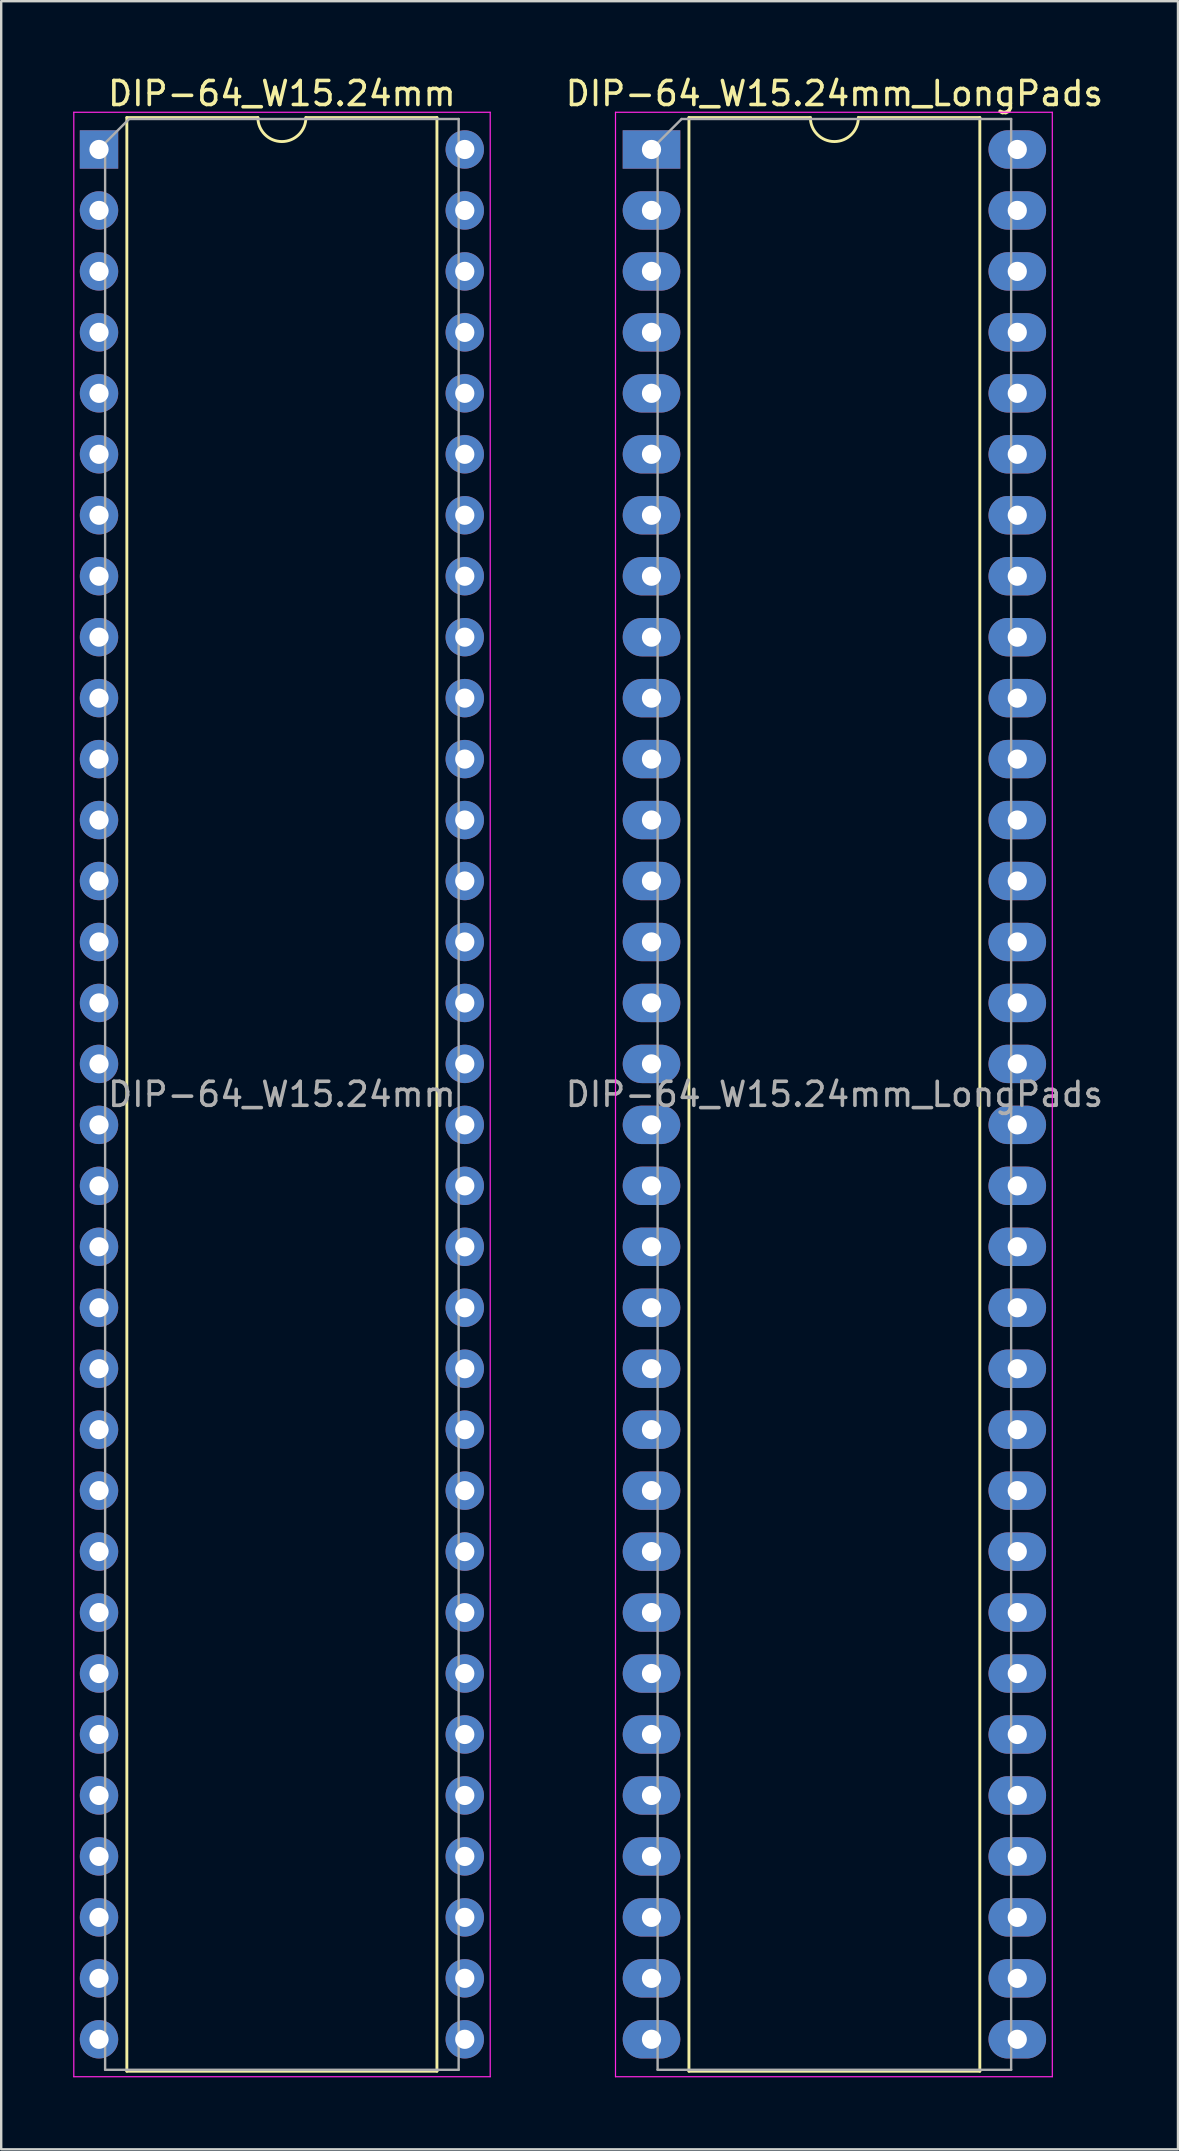
<source format=kicad_pcb>
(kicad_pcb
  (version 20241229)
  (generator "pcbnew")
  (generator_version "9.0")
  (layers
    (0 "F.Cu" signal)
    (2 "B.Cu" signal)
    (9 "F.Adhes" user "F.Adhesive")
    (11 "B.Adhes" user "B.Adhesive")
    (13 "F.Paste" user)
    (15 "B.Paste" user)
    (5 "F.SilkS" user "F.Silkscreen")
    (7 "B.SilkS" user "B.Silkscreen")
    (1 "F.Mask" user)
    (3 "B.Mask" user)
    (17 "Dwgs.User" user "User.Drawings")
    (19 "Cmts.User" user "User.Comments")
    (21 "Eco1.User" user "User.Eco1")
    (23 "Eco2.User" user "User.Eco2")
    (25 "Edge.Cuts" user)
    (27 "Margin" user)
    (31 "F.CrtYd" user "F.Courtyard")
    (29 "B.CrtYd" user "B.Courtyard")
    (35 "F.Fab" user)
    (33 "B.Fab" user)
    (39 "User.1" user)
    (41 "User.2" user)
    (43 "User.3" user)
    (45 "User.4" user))
  (footprint "DIP-64_W15.24mm_LongPads"
    (layer "F.Cu")
    (at 24.095 3.178)
    (property "Reference" "DIP-64_W15.24mm_LongPads" (at 7.62 -2.33 0) (layer "F.SilkS") (effects (font (size 1 1) (thickness 0.15))))
    (attr through_hole)
    (fp_line (start 1.56 -1.33) (end 1.56 80.07) (stroke (width 0.12) (type solid)) (layer "F.SilkS"))
    (fp_line (start 1.56 80.07) (end 13.68 80.07) (stroke (width 0.12) (type solid)) (layer "F.SilkS"))
    (fp_line (start 6.62 -1.33) (end 1.56 -1.33) (stroke (width 0.12) (type solid)) (layer "F.SilkS"))
    (fp_line (start 13.68 -1.33) (end 8.62 -1.33) (stroke (width 0.12) (type solid)) (layer "F.SilkS"))
    (fp_line (start 13.68 80.07) (end 13.68 -1.33) (stroke (width 0.12) (type solid)) (layer "F.SilkS"))
    (fp_arc (start 8.62 -1.33) (mid 7.62 -0.33) (end 6.62 -1.33) (stroke (width 0.12) (type solid)) (layer "F.SilkS"))
    (fp_line (start -1.5 -1.55) (end -1.5 80.3) (stroke (width 0.05) (type solid)) (layer "F.CrtYd"))
    (fp_line (start -1.5 80.3) (end 16.7 80.3) (stroke (width 0.05) (type solid)) (layer "F.CrtYd"))
    (fp_line (start 16.7 -1.55) (end -1.5 -1.55) (stroke (width 0.05) (type solid)) (layer "F.CrtYd"))
    (fp_line (start 16.7 80.3) (end 16.7 -1.55) (stroke (width 0.05) (type solid)) (layer "F.CrtYd"))
    (fp_line (start 0.255 -0.27) (end 1.255 -1.27) (stroke (width 0.1) (type solid)) (layer "F.Fab"))
    (fp_line (start 0.255 80.01) (end 0.255 -0.27) (stroke (width 0.1) (type solid)) (layer "F.Fab"))
    (fp_line (start 1.255 -1.27) (end 14.985 -1.27) (stroke (width 0.1) (type solid)) (layer "F.Fab"))
    (fp_line (start 14.985 -1.27) (end 14.985 80.01) (stroke (width 0.1) (type solid)) (layer "F.Fab"))
    (fp_line (start 14.985 80.01) (end 0.255 80.01) (stroke (width 0.1) (type solid)) (layer "F.Fab"))
    (fp_text user "${REFERENCE}" (at 7.62 39.37 0) (layer "F.Fab") (effects (font (size 1 1) (thickness 0.15))))
    (pad "1" thru_hole rect (at 0 0) (size 2.4 1.6) (drill 0.8) (layers "*.Cu" "*.Mask"))
    (pad "2" thru_hole oval (at 0 2.54) (size 2.4 1.6) (drill 0.8) (layers "*.Cu" "*.Mask"))
    (pad "3" thru_hole oval (at 0 5.08) (size 2.4 1.6) (drill 0.8) (layers "*.Cu" "*.Mask"))
    (pad "4" thru_hole oval (at 0 7.62) (size 2.4 1.6) (drill 0.8) (layers "*.Cu" "*.Mask"))
    (pad "5" thru_hole oval (at 0 10.16) (size 2.4 1.6) (drill 0.8) (layers "*.Cu" "*.Mask"))
    (pad "6" thru_hole oval (at 0 12.7) (size 2.4 1.6) (drill 0.8) (layers "*.Cu" "*.Mask"))
    (pad "7" thru_hole oval (at 0 15.24) (size 2.4 1.6) (drill 0.8) (layers "*.Cu" "*.Mask"))
    (pad "8" thru_hole oval (at 0 17.78) (size 2.4 1.6) (drill 0.8) (layers "*.Cu" "*.Mask"))
    (pad "9" thru_hole oval (at 0 20.32) (size 2.4 1.6) (drill 0.8) (layers "*.Cu" "*.Mask"))
    (pad "10" thru_hole oval (at 0 22.86) (size 2.4 1.6) (drill 0.8) (layers "*.Cu" "*.Mask"))
    (pad "11" thru_hole oval (at 0 25.4) (size 2.4 1.6) (drill 0.8) (layers "*.Cu" "*.Mask"))
    (pad "12" thru_hole oval (at 0 27.94) (size 2.4 1.6) (drill 0.8) (layers "*.Cu" "*.Mask"))
    (pad "13" thru_hole oval (at 0 30.48) (size 2.4 1.6) (drill 0.8) (layers "*.Cu" "*.Mask"))
    (pad "14" thru_hole oval (at 0 33.02) (size 2.4 1.6) (drill 0.8) (layers "*.Cu" "*.Mask"))
    (pad "15" thru_hole oval (at 0 35.56) (size 2.4 1.6) (drill 0.8) (layers "*.Cu" "*.Mask"))
    (pad "16" thru_hole oval (at 0 38.1) (size 2.4 1.6) (drill 0.8) (layers "*.Cu" "*.Mask"))
    (pad "17" thru_hole oval (at 0 40.64) (size 2.4 1.6) (drill 0.8) (layers "*.Cu" "*.Mask"))
    (pad "18" thru_hole oval (at 0 43.18) (size 2.4 1.6) (drill 0.8) (layers "*.Cu" "*.Mask"))
    (pad "19" thru_hole oval (at 0 45.72) (size 2.4 1.6) (drill 0.8) (layers "*.Cu" "*.Mask"))
    (pad "20" thru_hole oval (at 0 48.26) (size 2.4 1.6) (drill 0.8) (layers "*.Cu" "*.Mask"))
    (pad "21" thru_hole oval (at 0 50.8) (size 2.4 1.6) (drill 0.8) (layers "*.Cu" "*.Mask"))
    (pad "22" thru_hole oval (at 0 53.34) (size 2.4 1.6) (drill 0.8) (layers "*.Cu" "*.Mask"))
    (pad "23" thru_hole oval (at 0 55.88) (size 2.4 1.6) (drill 0.8) (layers "*.Cu" "*.Mask"))
    (pad "24" thru_hole oval (at 0 58.42) (size 2.4 1.6) (drill 0.8) (layers "*.Cu" "*.Mask"))
    (pad "25" thru_hole oval (at 0 60.96) (size 2.4 1.6) (drill 0.8) (layers "*.Cu" "*.Mask"))
    (pad "26" thru_hole oval (at 0 63.5) (size 2.4 1.6) (drill 0.8) (layers "*.Cu" "*.Mask"))
    (pad "27" thru_hole oval (at 0 66.04) (size 2.4 1.6) (drill 0.8) (layers "*.Cu" "*.Mask"))
    (pad "28" thru_hole oval (at 0 68.58) (size 2.4 1.6) (drill 0.8) (layers "*.Cu" "*.Mask"))
    (pad "29" thru_hole oval (at 0 71.12) (size 2.4 1.6) (drill 0.8) (layers "*.Cu" "*.Mask"))
    (pad "30" thru_hole oval (at 0 73.66) (size 2.4 1.6) (drill 0.8) (layers "*.Cu" "*.Mask"))
    (pad "31" thru_hole oval (at 0 76.2) (size 2.4 1.6) (drill 0.8) (layers "*.Cu" "*.Mask"))
    (pad "32" thru_hole oval (at 0 78.74) (size 2.4 1.6) (drill 0.8) (layers "*.Cu" "*.Mask"))
    (pad "33" thru_hole oval (at 15.24 78.74) (size 2.4 1.6) (drill 0.8) (layers "*.Cu" "*.Mask"))
    (pad "34" thru_hole oval (at 15.24 76.2) (size 2.4 1.6) (drill 0.8) (layers "*.Cu" "*.Mask"))
    (pad "35" thru_hole oval (at 15.24 73.66) (size 2.4 1.6) (drill 0.8) (layers "*.Cu" "*.Mask"))
    (pad "36" thru_hole oval (at 15.24 71.12) (size 2.4 1.6) (drill 0.8) (layers "*.Cu" "*.Mask"))
    (pad "37" thru_hole oval (at 15.24 68.58) (size 2.4 1.6) (drill 0.8) (layers "*.Cu" "*.Mask"))
    (pad "38" thru_hole oval (at 15.24 66.04) (size 2.4 1.6) (drill 0.8) (layers "*.Cu" "*.Mask"))
    (pad "39" thru_hole oval (at 15.24 63.5) (size 2.4 1.6) (drill 0.8) (layers "*.Cu" "*.Mask"))
    (pad "40" thru_hole oval (at 15.24 60.96) (size 2.4 1.6) (drill 0.8) (layers "*.Cu" "*.Mask"))
    (pad "41" thru_hole oval (at 15.24 58.42) (size 2.4 1.6) (drill 0.8) (layers "*.Cu" "*.Mask"))
    (pad "42" thru_hole oval (at 15.24 55.88) (size 2.4 1.6) (drill 0.8) (layers "*.Cu" "*.Mask"))
    (pad "43" thru_hole oval (at 15.24 53.34) (size 2.4 1.6) (drill 0.8) (layers "*.Cu" "*.Mask"))
    (pad "44" thru_hole oval (at 15.24 50.8) (size 2.4 1.6) (drill 0.8) (layers "*.Cu" "*.Mask"))
    (pad "45" thru_hole oval (at 15.24 48.26) (size 2.4 1.6) (drill 0.8) (layers "*.Cu" "*.Mask"))
    (pad "46" thru_hole oval (at 15.24 45.72) (size 2.4 1.6) (drill 0.8) (layers "*.Cu" "*.Mask"))
    (pad "47" thru_hole oval (at 15.24 43.18) (size 2.4 1.6) (drill 0.8) (layers "*.Cu" "*.Mask"))
    (pad "48" thru_hole oval (at 15.24 40.64) (size 2.4 1.6) (drill 0.8) (layers "*.Cu" "*.Mask"))
    (pad "49" thru_hole oval (at 15.24 38.1) (size 2.4 1.6) (drill 0.8) (layers "*.Cu" "*.Mask"))
    (pad "50" thru_hole oval (at 15.24 35.56) (size 2.4 1.6) (drill 0.8) (layers "*.Cu" "*.Mask"))
    (pad "51" thru_hole oval (at 15.24 33.02) (size 2.4 1.6) (drill 0.8) (layers "*.Cu" "*.Mask"))
    (pad "52" thru_hole oval (at 15.24 30.48) (size 2.4 1.6) (drill 0.8) (layers "*.Cu" "*.Mask"))
    (pad "53" thru_hole oval (at 15.24 27.94) (size 2.4 1.6) (drill 0.8) (layers "*.Cu" "*.Mask"))
    (pad "54" thru_hole oval (at 15.24 25.4) (size 2.4 1.6) (drill 0.8) (layers "*.Cu" "*.Mask"))
    (pad "55" thru_hole oval (at 15.24 22.86) (size 2.4 1.6) (drill 0.8) (layers "*.Cu" "*.Mask"))
    (pad "56" thru_hole oval (at 15.24 20.32) (size 2.4 1.6) (drill 0.8) (layers "*.Cu" "*.Mask"))
    (pad "57" thru_hole oval (at 15.24 17.78) (size 2.4 1.6) (drill 0.8) (layers "*.Cu" "*.Mask"))
    (pad "58" thru_hole oval (at 15.24 15.24) (size 2.4 1.6) (drill 0.8) (layers "*.Cu" "*.Mask"))
    (pad "59" thru_hole oval (at 15.24 12.7) (size 2.4 1.6) (drill 0.8) (layers "*.Cu" "*.Mask"))
    (pad "60" thru_hole oval (at 15.24 10.16) (size 2.4 1.6) (drill 0.8) (layers "*.Cu" "*.Mask"))
    (pad "61" thru_hole oval (at 15.24 7.62) (size 2.4 1.6) (drill 0.8) (layers "*.Cu" "*.Mask"))
    (pad "62" thru_hole oval (at 15.24 5.08) (size 2.4 1.6) (drill 0.8) (layers "*.Cu" "*.Mask"))
    (pad "63" thru_hole oval (at 15.24 2.54) (size 2.4 1.6) (drill 0.8) (layers "*.Cu" "*.Mask"))
    (pad "64" thru_hole oval (at 15.24 0) (size 2.4 1.6) (drill 0.8) (layers "*.Cu" "*.Mask")))
  (footprint "DIP-64_W15.24mm"
    (layer "F.Cu")
    (at 1.075 3.178)
    (property "Reference" "DIP-64_W15.24mm" (at 7.62 -2.33 0) (layer "F.SilkS") (effects (font (size 1 1) (thickness 0.15))))
    (attr through_hole)
    (fp_line (start 1.16 -1.33) (end 1.16 80.07) (stroke (width 0.12) (type solid)) (layer "F.SilkS"))
    (fp_line (start 1.16 80.07) (end 14.08 80.07) (stroke (width 0.12) (type solid)) (layer "F.SilkS"))
    (fp_line (start 6.62 -1.33) (end 1.16 -1.33) (stroke (width 0.12) (type solid)) (layer "F.SilkS"))
    (fp_line (start 14.08 -1.33) (end 8.62 -1.33) (stroke (width 0.12) (type solid)) (layer "F.SilkS"))
    (fp_line (start 14.08 80.07) (end 14.08 -1.33) (stroke (width 0.12) (type solid)) (layer "F.SilkS"))
    (fp_arc (start 8.62 -1.33) (mid 7.62 -0.33) (end 6.62 -1.33) (stroke (width 0.12) (type solid)) (layer "F.SilkS"))
    (fp_line (start -1.05 -1.55) (end -1.05 80.3) (stroke (width 0.05) (type solid)) (layer "F.CrtYd"))
    (fp_line (start -1.05 80.3) (end 16.3 80.3) (stroke (width 0.05) (type solid)) (layer "F.CrtYd"))
    (fp_line (start 16.3 -1.55) (end -1.05 -1.55) (stroke (width 0.05) (type solid)) (layer "F.CrtYd"))
    (fp_line (start 16.3 80.3) (end 16.3 -1.55) (stroke (width 0.05) (type solid)) (layer "F.CrtYd"))
    (fp_line (start 0.255 -0.27) (end 1.255 -1.27) (stroke (width 0.1) (type solid)) (layer "F.Fab"))
    (fp_line (start 0.255 80.01) (end 0.255 -0.27) (stroke (width 0.1) (type solid)) (layer "F.Fab"))
    (fp_line (start 1.255 -1.27) (end 14.985 -1.27) (stroke (width 0.1) (type solid)) (layer "F.Fab"))
    (fp_line (start 14.985 -1.27) (end 14.985 80.01) (stroke (width 0.1) (type solid)) (layer "F.Fab"))
    (fp_line (start 14.985 80.01) (end 0.255 80.01) (stroke (width 0.1) (type solid)) (layer "F.Fab"))
    (fp_text user "${REFERENCE}" (at 7.62 39.37 0) (layer "F.Fab") (effects (font (size 1 1) (thickness 0.15))))
    (pad "1" thru_hole rect (at 0 0) (size 1.6 1.6) (drill 0.8) (layers "*.Cu" "*.Mask"))
    (pad "2" thru_hole oval (at 0 2.54) (size 1.6 1.6) (drill 0.8) (layers "*.Cu" "*.Mask"))
    (pad "3" thru_hole oval (at 0 5.08) (size 1.6 1.6) (drill 0.8) (layers "*.Cu" "*.Mask"))
    (pad "4" thru_hole oval (at 0 7.62) (size 1.6 1.6) (drill 0.8) (layers "*.Cu" "*.Mask"))
    (pad "5" thru_hole oval (at 0 10.16) (size 1.6 1.6) (drill 0.8) (layers "*.Cu" "*.Mask"))
    (pad "6" thru_hole oval (at 0 12.7) (size 1.6 1.6) (drill 0.8) (layers "*.Cu" "*.Mask"))
    (pad "7" thru_hole oval (at 0 15.24) (size 1.6 1.6) (drill 0.8) (layers "*.Cu" "*.Mask"))
    (pad "8" thru_hole oval (at 0 17.78) (size 1.6 1.6) (drill 0.8) (layers "*.Cu" "*.Mask"))
    (pad "9" thru_hole oval (at 0 20.32) (size 1.6 1.6) (drill 0.8) (layers "*.Cu" "*.Mask"))
    (pad "10" thru_hole oval (at 0 22.86) (size 1.6 1.6) (drill 0.8) (layers "*.Cu" "*.Mask"))
    (pad "11" thru_hole oval (at 0 25.4) (size 1.6 1.6) (drill 0.8) (layers "*.Cu" "*.Mask"))
    (pad "12" thru_hole oval (at 0 27.94) (size 1.6 1.6) (drill 0.8) (layers "*.Cu" "*.Mask"))
    (pad "13" thru_hole oval (at 0 30.48) (size 1.6 1.6) (drill 0.8) (layers "*.Cu" "*.Mask"))
    (pad "14" thru_hole oval (at 0 33.02) (size 1.6 1.6) (drill 0.8) (layers "*.Cu" "*.Mask"))
    (pad "15" thru_hole oval (at 0 35.56) (size 1.6 1.6) (drill 0.8) (layers "*.Cu" "*.Mask"))
    (pad "16" thru_hole oval (at 0 38.1) (size 1.6 1.6) (drill 0.8) (layers "*.Cu" "*.Mask"))
    (pad "17" thru_hole oval (at 0 40.64) (size 1.6 1.6) (drill 0.8) (layers "*.Cu" "*.Mask"))
    (pad "18" thru_hole oval (at 0 43.18) (size 1.6 1.6) (drill 0.8) (layers "*.Cu" "*.Mask"))
    (pad "19" thru_hole oval (at 0 45.72) (size 1.6 1.6) (drill 0.8) (layers "*.Cu" "*.Mask"))
    (pad "20" thru_hole oval (at 0 48.26) (size 1.6 1.6) (drill 0.8) (layers "*.Cu" "*.Mask"))
    (pad "21" thru_hole oval (at 0 50.8) (size 1.6 1.6) (drill 0.8) (layers "*.Cu" "*.Mask"))
    (pad "22" thru_hole oval (at 0 53.34) (size 1.6 1.6) (drill 0.8) (layers "*.Cu" "*.Mask"))
    (pad "23" thru_hole oval (at 0 55.88) (size 1.6 1.6) (drill 0.8) (layers "*.Cu" "*.Mask"))
    (pad "24" thru_hole oval (at 0 58.42) (size 1.6 1.6) (drill 0.8) (layers "*.Cu" "*.Mask"))
    (pad "25" thru_hole oval (at 0 60.96) (size 1.6 1.6) (drill 0.8) (layers "*.Cu" "*.Mask"))
    (pad "26" thru_hole oval (at 0 63.5) (size 1.6 1.6) (drill 0.8) (layers "*.Cu" "*.Mask"))
    (pad "27" thru_hole oval (at 0 66.04) (size 1.6 1.6) (drill 0.8) (layers "*.Cu" "*.Mask"))
    (pad "28" thru_hole oval (at 0 68.58) (size 1.6 1.6) (drill 0.8) (layers "*.Cu" "*.Mask"))
    (pad "29" thru_hole oval (at 0 71.12) (size 1.6 1.6) (drill 0.8) (layers "*.Cu" "*.Mask"))
    (pad "30" thru_hole oval (at 0 73.66) (size 1.6 1.6) (drill 0.8) (layers "*.Cu" "*.Mask"))
    (pad "31" thru_hole oval (at 0 76.2) (size 1.6 1.6) (drill 0.8) (layers "*.Cu" "*.Mask"))
    (pad "32" thru_hole oval (at 0 78.74) (size 1.6 1.6) (drill 0.8) (layers "*.Cu" "*.Mask"))
    (pad "33" thru_hole oval (at 15.24 78.74) (size 1.6 1.6) (drill 0.8) (layers "*.Cu" "*.Mask"))
    (pad "34" thru_hole oval (at 15.24 76.2) (size 1.6 1.6) (drill 0.8) (layers "*.Cu" "*.Mask"))
    (pad "35" thru_hole oval (at 15.24 73.66) (size 1.6 1.6) (drill 0.8) (layers "*.Cu" "*.Mask"))
    (pad "36" thru_hole oval (at 15.24 71.12) (size 1.6 1.6) (drill 0.8) (layers "*.Cu" "*.Mask"))
    (pad "37" thru_hole oval (at 15.24 68.58) (size 1.6 1.6) (drill 0.8) (layers "*.Cu" "*.Mask"))
    (pad "38" thru_hole oval (at 15.24 66.04) (size 1.6 1.6) (drill 0.8) (layers "*.Cu" "*.Mask"))
    (pad "39" thru_hole oval (at 15.24 63.5) (size 1.6 1.6) (drill 0.8) (layers "*.Cu" "*.Mask"))
    (pad "40" thru_hole oval (at 15.24 60.96) (size 1.6 1.6) (drill 0.8) (layers "*.Cu" "*.Mask"))
    (pad "41" thru_hole oval (at 15.24 58.42) (size 1.6 1.6) (drill 0.8) (layers "*.Cu" "*.Mask"))
    (pad "42" thru_hole oval (at 15.24 55.88) (size 1.6 1.6) (drill 0.8) (layers "*.Cu" "*.Mask"))
    (pad "43" thru_hole oval (at 15.24 53.34) (size 1.6 1.6) (drill 0.8) (layers "*.Cu" "*.Mask"))
    (pad "44" thru_hole oval (at 15.24 50.8) (size 1.6 1.6) (drill 0.8) (layers "*.Cu" "*.Mask"))
    (pad "45" thru_hole oval (at 15.24 48.26) (size 1.6 1.6) (drill 0.8) (layers "*.Cu" "*.Mask"))
    (pad "46" thru_hole oval (at 15.24 45.72) (size 1.6 1.6) (drill 0.8) (layers "*.Cu" "*.Mask"))
    (pad "47" thru_hole oval (at 15.24 43.18) (size 1.6 1.6) (drill 0.8) (layers "*.Cu" "*.Mask"))
    (pad "48" thru_hole oval (at 15.24 40.64) (size 1.6 1.6) (drill 0.8) (layers "*.Cu" "*.Mask"))
    (pad "49" thru_hole oval (at 15.24 38.1) (size 1.6 1.6) (drill 0.8) (layers "*.Cu" "*.Mask"))
    (pad "50" thru_hole oval (at 15.24 35.56) (size 1.6 1.6) (drill 0.8) (layers "*.Cu" "*.Mask"))
    (pad "51" thru_hole oval (at 15.24 33.02) (size 1.6 1.6) (drill 0.8) (layers "*.Cu" "*.Mask"))
    (pad "52" thru_hole oval (at 15.24 30.48) (size 1.6 1.6) (drill 0.8) (layers "*.Cu" "*.Mask"))
    (pad "53" thru_hole oval (at 15.24 27.94) (size 1.6 1.6) (drill 0.8) (layers "*.Cu" "*.Mask"))
    (pad "54" thru_hole oval (at 15.24 25.4) (size 1.6 1.6) (drill 0.8) (layers "*.Cu" "*.Mask"))
    (pad "55" thru_hole oval (at 15.24 22.86) (size 1.6 1.6) (drill 0.8) (layers "*.Cu" "*.Mask"))
    (pad "56" thru_hole oval (at 15.24 20.32) (size 1.6 1.6) (drill 0.8) (layers "*.Cu" "*.Mask"))
    (pad "57" thru_hole oval (at 15.24 17.78) (size 1.6 1.6) (drill 0.8) (layers "*.Cu" "*.Mask"))
    (pad "58" thru_hole oval (at 15.24 15.24) (size 1.6 1.6) (drill 0.8) (layers "*.Cu" "*.Mask"))
    (pad "59" thru_hole oval (at 15.24 12.7) (size 1.6 1.6) (drill 0.8) (layers "*.Cu" "*.Mask"))
    (pad "60" thru_hole oval (at 15.24 10.16) (size 1.6 1.6) (drill 0.8) (layers "*.Cu" "*.Mask"))
    (pad "61" thru_hole oval (at 15.24 7.62) (size 1.6 1.6) (drill 0.8) (layers "*.Cu" "*.Mask"))
    (pad "62" thru_hole oval (at 15.24 5.08) (size 1.6 1.6) (drill 0.8) (layers "*.Cu" "*.Mask"))
    (pad "63" thru_hole oval (at 15.24 2.54) (size 1.6 1.6) (drill 0.8) (layers "*.Cu" "*.Mask"))
    (pad "64" thru_hole oval (at 15.24 0) (size 1.6 1.6) (drill 0.8) (layers "*.Cu" "*.Mask")))
  (gr_rect
    (start -3 -3)
    (end 46.031 86.503)
    (stroke (width 0.1) (type default))
    (fill no)
    (layer "Edge.Cuts")))
</source>
